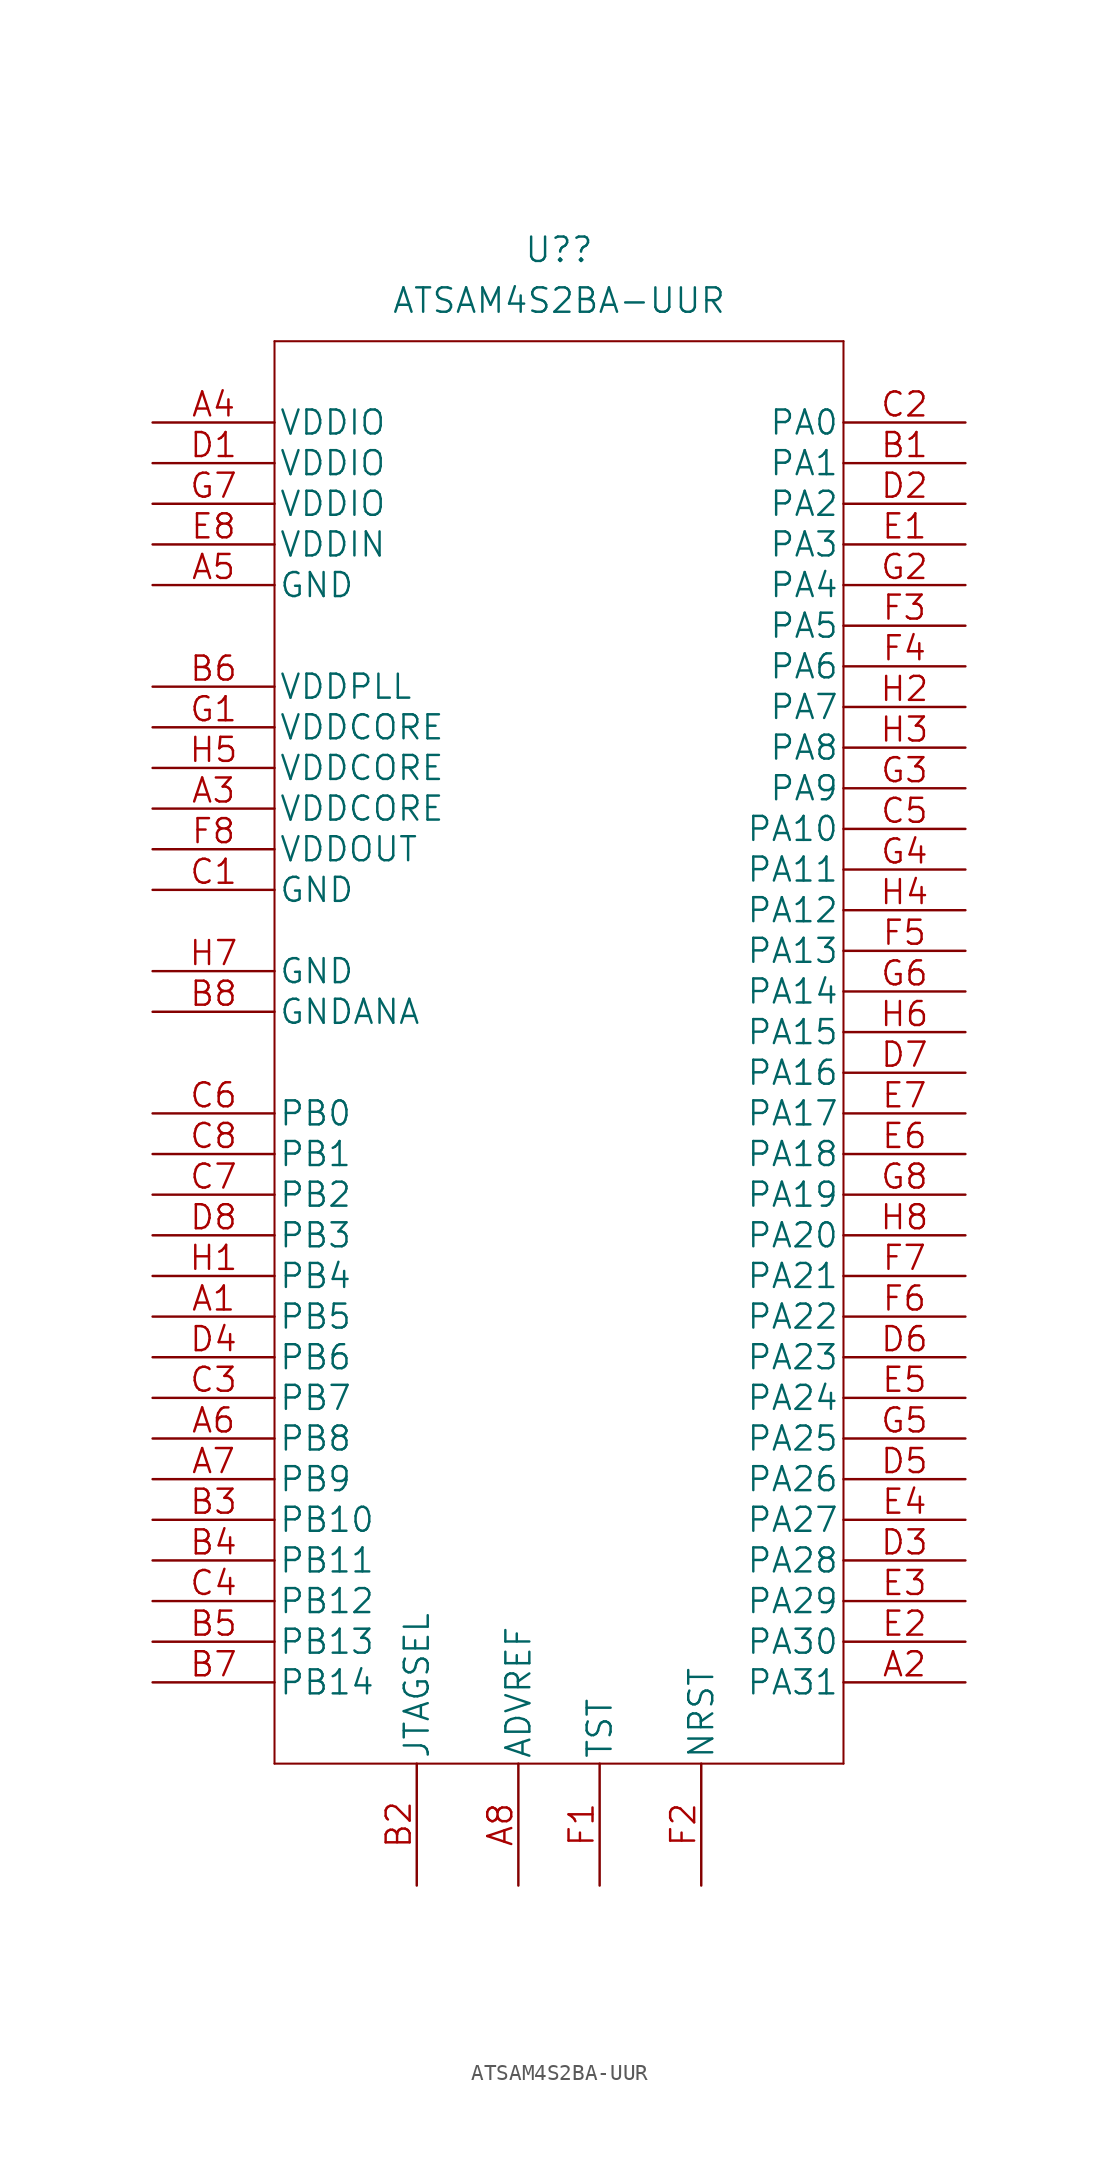
<source format=kicad_sym>
(kicad_symbol_lib
  (version 20210619)
  (generator kicad_symbol_editor)
  (symbol "ATSAM4S2BA-UUR"
    (pin_names
      (offset 0.254))
    (property "Reference" "U?"
      (at 25.4 10.795 0)
      (effects (font (size 1.524 1.524))))
    (property "Value" "ATSAM4S2BA-UUR"
      (at 25.4 7.62 0)
      (effects (font (size 1.524 1.524))))
    (symbol "ATSAM4S2BA-UUR_1_1"
      (polyline (pts (xy 7.62 -83.82) (xy 43.18 -83.82)) (stroke (width 0.127)) (fill (type none)))
      (polyline (pts (xy 7.62 5.08) (xy 7.62 -83.82)) (stroke (width 0.127)) (fill (type none)))
      (polyline (pts (xy 43.18 -83.82) (xy 43.18 5.08)) (stroke (width 0.127)) (fill (type none)))
      (polyline (pts (xy 43.18 5.08) (xy 7.62 5.08)) (stroke (width 0.127)) (fill (type none)))
      (pin bidirectional line (at 0 -55.88 0) (length 7.62) (name "PB5" (effects (font (size 1.499 1.499)))) (number "A1" (effects (font (size 1.499 1.499)))))
      (pin bidirectional line (at 50.8 -78.74 180) (length 7.62) (name "PA31" (effects (font (size 1.499 1.499)))) (number "A2" (effects (font (size 1.499 1.499)))))
      (pin power_in line (at 0 -24.13 0) (length 7.62) (name "VDDCORE" (effects (font (size 1.499 1.499)))) (number "A3" (effects (font (size 1.499 1.499)))))
      (pin power_in line (at 0 0 0) (length 7.62) (name "VDDIO" (effects (font (size 1.499 1.499)))) (number "A4" (effects (font (size 1.499 1.499)))))
      (pin power_in line (at 0 -10.16 0) (length 7.62) (name "GND" (effects (font (size 1.499 1.499)))) (number "A5" (effects (font (size 1.499 1.499)))))
      (pin bidirectional line (at 0 -63.5 0) (length 7.62) (name "PB8" (effects (font (size 1.499 1.499)))) (number "A6" (effects (font (size 1.499 1.499)))))
      (pin bidirectional line (at 0 -66.04 0) (length 7.62) (name "PB9" (effects (font (size 1.499 1.499)))) (number "A7" (effects (font (size 1.499 1.499)))))
      (pin power_in line (at 22.86 -91.44 90) (length 7.62) (name "ADVREF" (effects (font (size 1.499 1.499)))) (number "A8" (effects (font (size 1.499 1.499)))))
      (pin bidirectional line (at 50.8 -2.54 180) (length 7.62) (name "PA1" (effects (font (size 1.499 1.499)))) (number "B1" (effects (font (size 1.499 1.499)))))
      (pin unspecified line (at 16.51 -91.44 90) (length 7.62) (name "JTAGSEL" (effects (font (size 1.499 1.499)))) (number "B2" (effects (font (size 1.499 1.499)))))
      (pin bidirectional line (at 0 -68.58 0) (length 7.62) (name "PB10" (effects (font (size 1.499 1.499)))) (number "B3" (effects (font (size 1.499 1.499)))))
      (pin bidirectional line (at 0 -71.12 0) (length 7.62) (name "PB11" (effects (font (size 1.499 1.499)))) (number "B4" (effects (font (size 1.499 1.499)))))
      (pin bidirectional line (at 0 -76.2 0) (length 7.62) (name "PB13" (effects (font (size 1.499 1.499)))) (number "B5" (effects (font (size 1.499 1.499)))))
      (pin power_in line (at 0 -16.51 0) (length 7.62) (name "VDDPLL" (effects (font (size 1.499 1.499)))) (number "B6" (effects (font (size 1.499 1.499)))))
      (pin bidirectional line (at 0 -78.74 0) (length 7.62) (name "PB14" (effects (font (size 1.499 1.499)))) (number "B7" (effects (font (size 1.499 1.499)))))
      (pin power_in line (at 0 -36.83 0) (length 7.62) (name "GNDANA" (effects (font (size 1.499 1.499)))) (number "B8" (effects (font (size 1.499 1.499)))))
      (pin power_in line (at 0 -29.21 0) (length 7.62) (name "GND" (effects (font (size 1.499 1.499)))) (number "C1" (effects (font (size 1.499 1.499)))))
      (pin bidirectional line (at 50.8 0 180) (length 7.62) (name "PA0" (effects (font (size 1.499 1.499)))) (number "C2" (effects (font (size 1.499 1.499)))))
      (pin bidirectional line (at 0 -60.96 0) (length 7.62) (name "PB7" (effects (font (size 1.499 1.499)))) (number "C3" (effects (font (size 1.499 1.499)))))
      (pin bidirectional line (at 0 -73.66 0) (length 7.62) (name "PB12" (effects (font (size 1.499 1.499)))) (number "C4" (effects (font (size 1.499 1.499)))))
      (pin bidirectional line (at 50.8 -25.4 180) (length 7.62) (name "PA10" (effects (font (size 1.499 1.499)))) (number "C5" (effects (font (size 1.499 1.499)))))
      (pin bidirectional line (at 0 -43.18 0) (length 7.62) (name "PB0" (effects (font (size 1.499 1.499)))) (number "C6" (effects (font (size 1.499 1.499)))))
      (pin bidirectional line (at 0 -48.26 0) (length 7.62) (name "PB2" (effects (font (size 1.499 1.499)))) (number "C7" (effects (font (size 1.499 1.499)))))
      (pin bidirectional line (at 0 -45.72 0) (length 7.62) (name "PB1" (effects (font (size 1.499 1.499)))) (number "C8" (effects (font (size 1.499 1.499)))))
      (pin power_in line (at 0 -2.54 0) (length 7.62) (name "VDDIO" (effects (font (size 1.499 1.499)))) (number "D1" (effects (font (size 1.499 1.499)))))
      (pin bidirectional line (at 50.8 -5.08 180) (length 7.62) (name "PA2" (effects (font (size 1.499 1.499)))) (number "D2" (effects (font (size 1.499 1.499)))))
      (pin bidirectional line (at 50.8 -71.12 180) (length 7.62) (name "PA28" (effects (font (size 1.499 1.499)))) (number "D3" (effects (font (size 1.499 1.499)))))
      (pin bidirectional line (at 0 -58.42 0) (length 7.62) (name "PB6" (effects (font (size 1.499 1.499)))) (number "D4" (effects (font (size 1.499 1.499)))))
      (pin bidirectional line (at 50.8 -66.04 180) (length 7.62) (name "PA26" (effects (font (size 1.499 1.499)))) (number "D5" (effects (font (size 1.499 1.499)))))
      (pin bidirectional line (at 50.8 -58.42 180) (length 7.62) (name "PA23" (effects (font (size 1.499 1.499)))) (number "D6" (effects (font (size 1.499 1.499)))))
      (pin bidirectional line (at 50.8 -40.64 180) (length 7.62) (name "PA16" (effects (font (size 1.499 1.499)))) (number "D7" (effects (font (size 1.499 1.499)))))
      (pin bidirectional line (at 0 -50.8 0) (length 7.62) (name "PB3" (effects (font (size 1.499 1.499)))) (number "D8" (effects (font (size 1.499 1.499)))))
      (pin bidirectional line (at 50.8 -7.62 180) (length 7.62) (name "PA3" (effects (font (size 1.499 1.499)))) (number "E1" (effects (font (size 1.499 1.499)))))
      (pin bidirectional line (at 50.8 -76.2 180) (length 7.62) (name "PA30" (effects (font (size 1.499 1.499)))) (number "E2" (effects (font (size 1.499 1.499)))))
      (pin bidirectional line (at 50.8 -73.66 180) (length 7.62) (name "PA29" (effects (font (size 1.499 1.499)))) (number "E3" (effects (font (size 1.499 1.499)))))
      (pin bidirectional line (at 50.8 -68.58 180) (length 7.62) (name "PA27" (effects (font (size 1.499 1.499)))) (number "E4" (effects (font (size 1.499 1.499)))))
      (pin bidirectional line (at 50.8 -60.96 180) (length 7.62) (name "PA24" (effects (font (size 1.499 1.499)))) (number "E5" (effects (font (size 1.499 1.499)))))
      (pin bidirectional line (at 50.8 -45.72 180) (length 7.62) (name "PA18" (effects (font (size 1.499 1.499)))) (number "E6" (effects (font (size 1.499 1.499)))))
      (pin bidirectional line (at 50.8 -43.18 180) (length 7.62) (name "PA17" (effects (font (size 1.499 1.499)))) (number "E7" (effects (font (size 1.499 1.499)))))
      (pin power_in line (at 0 -7.62 0) (length 7.62) (name "VDDIN" (effects (font (size 1.499 1.499)))) (number "E8" (effects (font (size 1.499 1.499)))))
      (pin unspecified line (at 27.94 -91.44 90) (length 7.62) (name "TST" (effects (font (size 1.499 1.499)))) (number "F1" (effects (font (size 1.499 1.499)))))
      (pin unspecified line (at 34.29 -91.44 90) (length 7.62) (name "NRST" (effects (font (size 1.499 1.499)))) (number "F2" (effects (font (size 1.499 1.499)))))
      (pin bidirectional line (at 50.8 -12.7 180) (length 7.62) (name "PA5" (effects (font (size 1.499 1.499)))) (number "F3" (effects (font (size 1.499 1.499)))))
      (pin bidirectional line (at 50.8 -15.24 180) (length 7.62) (name "PA6" (effects (font (size 1.499 1.499)))) (number "F4" (effects (font (size 1.499 1.499)))))
      (pin bidirectional line (at 50.8 -33.02 180) (length 7.62) (name "PA13" (effects (font (size 1.499 1.499)))) (number "F5" (effects (font (size 1.499 1.499)))))
      (pin bidirectional line (at 50.8 -55.88 180) (length 7.62) (name "PA22" (effects (font (size 1.499 1.499)))) (number "F6" (effects (font (size 1.499 1.499)))))
      (pin bidirectional line (at 50.8 -53.34 180) (length 7.62) (name "PA21" (effects (font (size 1.499 1.499)))) (number "F7" (effects (font (size 1.499 1.499)))))
      (pin output line (at 0 -26.67 0) (length 7.62) (name "VDDOUT" (effects (font (size 1.499 1.499)))) (number "F8" (effects (font (size 1.499 1.499)))))
      (pin power_in line (at 0 -19.05 0) (length 7.62) (name "VDDCORE" (effects (font (size 1.499 1.499)))) (number "G1" (effects (font (size 1.499 1.499)))))
      (pin bidirectional line (at 50.8 -10.16 180) (length 7.62) (name "PA4" (effects (font (size 1.499 1.499)))) (number "G2" (effects (font (size 1.499 1.499)))))
      (pin bidirectional line (at 50.8 -22.86 180) (length 7.62) (name "PA9" (effects (font (size 1.499 1.499)))) (number "G3" (effects (font (size 1.499 1.499)))))
      (pin bidirectional line (at 50.8 -27.94 180) (length 7.62) (name "PA11" (effects (font (size 1.499 1.499)))) (number "G4" (effects (font (size 1.499 1.499)))))
      (pin bidirectional line (at 50.8 -63.5 180) (length 7.62) (name "PA25" (effects (font (size 1.499 1.499)))) (number "G5" (effects (font (size 1.499 1.499)))))
      (pin bidirectional line (at 50.8 -35.56 180) (length 7.62) (name "PA14" (effects (font (size 1.499 1.499)))) (number "G6" (effects (font (size 1.499 1.499)))))
      (pin power_in line (at 0 -5.08 0) (length 7.62) (name "VDDIO" (effects (font (size 1.499 1.499)))) (number "G7" (effects (font (size 1.499 1.499)))))
      (pin bidirectional line (at 50.8 -48.26 180) (length 7.62) (name "PA19" (effects (font (size 1.499 1.499)))) (number "G8" (effects (font (size 1.499 1.499)))))
      (pin bidirectional line (at 0 -53.34 0) (length 7.62) (name "PB4" (effects (font (size 1.499 1.499)))) (number "H1" (effects (font (size 1.499 1.499)))))
      (pin bidirectional line (at 50.8 -17.78 180) (length 7.62) (name "PA7" (effects (font (size 1.499 1.499)))) (number "H2" (effects (font (size 1.499 1.499)))))
      (pin bidirectional line (at 50.8 -20.32 180) (length 7.62) (name "PA8" (effects (font (size 1.499 1.499)))) (number "H3" (effects (font (size 1.499 1.499)))))
      (pin bidirectional line (at 50.8 -30.48 180) (length 7.62) (name "PA12" (effects (font (size 1.499 1.499)))) (number "H4" (effects (font (size 1.499 1.499)))))
      (pin power_in line (at 0 -21.59 0) (length 7.62) (name "VDDCORE" (effects (font (size 1.499 1.499)))) (number "H5" (effects (font (size 1.499 1.499)))))
      (pin bidirectional line (at 50.8 -38.1 180) (length 7.62) (name "PA15" (effects (font (size 1.499 1.499)))) (number "H6" (effects (font (size 1.499 1.499)))))
      (pin power_in line (at 0 -34.29 0) (length 7.62) (name "GND" (effects (font (size 1.499 1.499)))) (number "H7" (effects (font (size 1.499 1.499)))))
      (pin bidirectional line (at 50.8 -50.8 180) (length 7.62) (name "PA20" (effects (font (size 1.499 1.499)))) (number "H8" (effects (font (size 1.499 1.499))))))))
</source>
